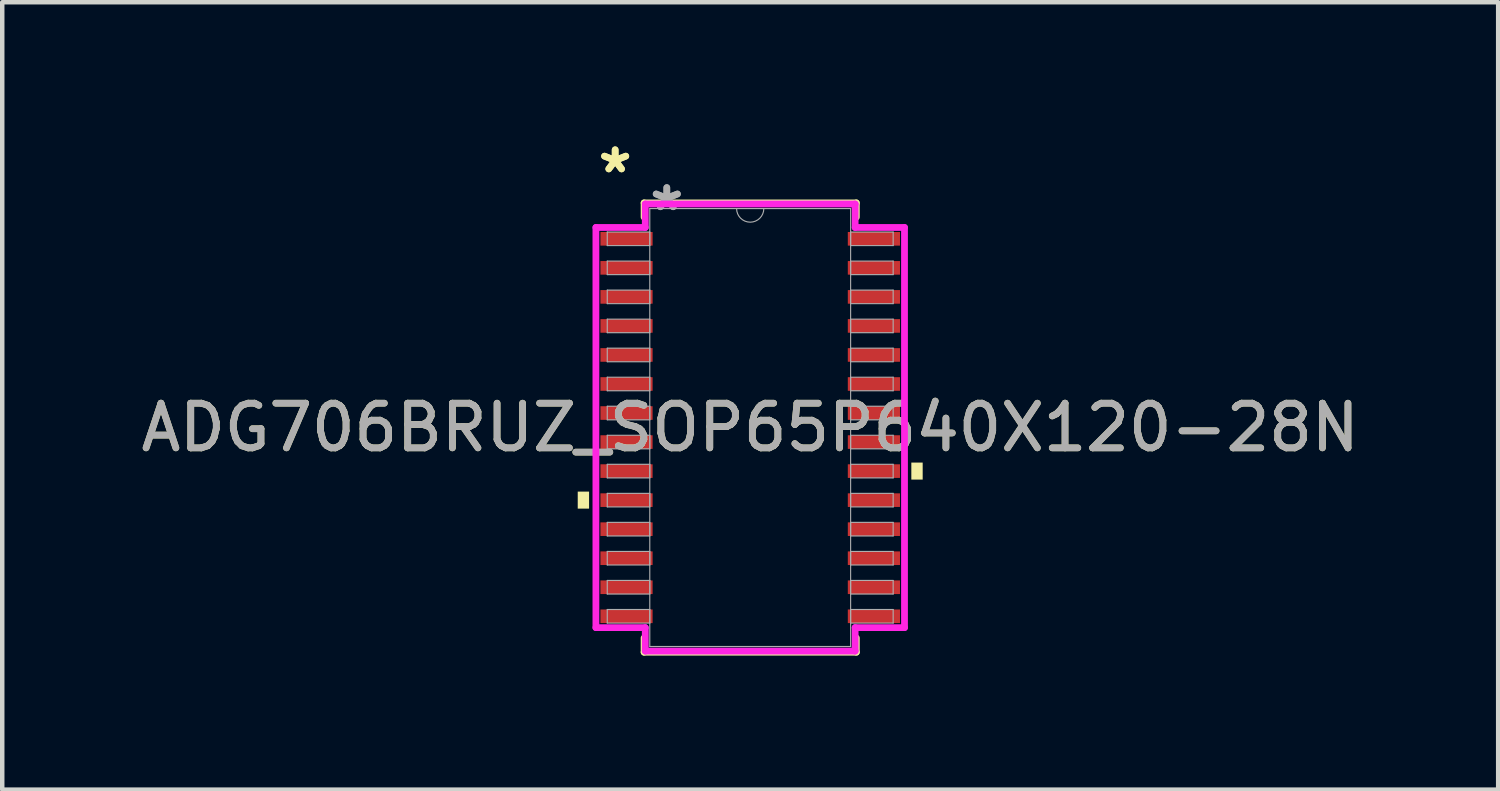
<source format=kicad_pcb>
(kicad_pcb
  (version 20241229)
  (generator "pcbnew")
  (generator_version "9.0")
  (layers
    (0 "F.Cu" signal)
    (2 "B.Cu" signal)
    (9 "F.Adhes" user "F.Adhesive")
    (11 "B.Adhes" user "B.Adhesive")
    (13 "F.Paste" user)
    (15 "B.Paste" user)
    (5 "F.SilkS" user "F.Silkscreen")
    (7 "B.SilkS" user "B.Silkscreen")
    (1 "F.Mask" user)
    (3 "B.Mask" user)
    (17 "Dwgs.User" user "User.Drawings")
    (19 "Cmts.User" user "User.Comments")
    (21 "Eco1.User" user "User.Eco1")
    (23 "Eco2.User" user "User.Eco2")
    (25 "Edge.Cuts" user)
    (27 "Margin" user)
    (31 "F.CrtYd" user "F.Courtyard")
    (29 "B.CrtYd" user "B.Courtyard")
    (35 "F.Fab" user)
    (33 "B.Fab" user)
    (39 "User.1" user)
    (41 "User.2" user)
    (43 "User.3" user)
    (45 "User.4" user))
  (footprint "ADG706BRUZ_SOP65P640X120-28N"
    (layer "F.Cu")
    (at 13.744 6.521)
    (property "Reference" "ADG706BRUZ_SOP65P640X120-28N" (at 0 0 0) (unlocked yes) (layer "F.SilkS") (effects (font (size 1 1) (thickness 0.15))))
    (attr smd)
    (fp_line (start -2.375 -5.029) (end -2.375 -4.71) (stroke (width 0.152) (type solid)) (layer "F.SilkS"))
    (fp_line (start -2.375 4.71) (end -2.375 5.029) (stroke (width 0.152) (type solid)) (layer "F.SilkS"))
    (fp_line (start -2.375 5.029) (end 2.375 5.029) (stroke (width 0.152) (type solid)) (layer "F.SilkS"))
    (fp_line (start 2.375 -5.029) (end -2.375 -5.029) (stroke (width 0.152) (type solid)) (layer "F.SilkS"))
    (fp_line (start 2.375 -4.71) (end 2.375 -5.029) (stroke (width 0.152) (type solid)) (layer "F.SilkS"))
    (fp_line (start 2.375 5.029) (end 2.375 4.71) (stroke (width 0.152) (type solid)) (layer "F.SilkS"))
    (fp_poly (pts (xy -3.861 1.434) (xy -3.861 1.815) (xy -3.607 1.815) (xy -3.607 1.434)) (stroke (width 0) (type solid)) (fill yes) (layer "F.SilkS"))
    (fp_poly (pts (xy 3.861 0.784) (xy 3.861 1.165) (xy 3.607 1.165) (xy 3.607 0.784)) (stroke (width 0) (type solid)) (fill yes) (layer "F.SilkS"))
    (fp_line (start -3.454 -4.479) (end -2.349 -4.479) (stroke (width 0.152) (type solid)) (layer "F.CrtYd"))
    (fp_line (start -3.454 4.479) (end -3.454 -4.479) (stroke (width 0.152) (type solid)) (layer "F.CrtYd"))
    (fp_line (start -3.454 4.479) (end -2.349 4.479) (stroke (width 0.152) (type solid)) (layer "F.CrtYd"))
    (fp_line (start -2.349 -5.004) (end 2.349 -5.004) (stroke (width 0.152) (type solid)) (layer "F.CrtYd"))
    (fp_line (start -2.349 -4.479) (end -2.349 -5.004) (stroke (width 0.152) (type solid)) (layer "F.CrtYd"))
    (fp_line (start -2.349 5.004) (end -2.349 4.479) (stroke (width 0.152) (type solid)) (layer "F.CrtYd"))
    (fp_line (start 2.349 -5.004) (end 2.349 -4.479) (stroke (width 0.152) (type solid)) (layer "F.CrtYd"))
    (fp_line (start 2.349 4.479) (end 2.349 5.004) (stroke (width 0.152) (type solid)) (layer "F.CrtYd"))
    (fp_line (start 2.349 5.004) (end -2.349 5.004) (stroke (width 0.152) (type solid)) (layer "F.CrtYd"))
    (fp_line (start 3.454 -4.479) (end 2.349 -4.479) (stroke (width 0.152) (type solid)) (layer "F.CrtYd"))
    (fp_line (start 3.454 -4.479) (end 3.454 4.479) (stroke (width 0.152) (type solid)) (layer "F.CrtYd"))
    (fp_line (start 3.454 4.479) (end 2.349 4.479) (stroke (width 0.152) (type solid)) (layer "F.CrtYd"))
    (fp_line (start -3.2 -4.377) (end -3.2 -4.073) (stroke (width 0.025) (type solid)) (layer "F.Fab"))
    (fp_line (start -3.2 -4.073) (end -2.248 -4.073) (stroke (width 0.025) (type solid)) (layer "F.Fab"))
    (fp_line (start -3.2 -3.727) (end -3.2 -3.423) (stroke (width 0.025) (type solid)) (layer "F.Fab"))
    (fp_line (start -3.2 -3.423) (end -2.248 -3.423) (stroke (width 0.025) (type solid)) (layer "F.Fab"))
    (fp_line (start -3.2 -3.077) (end -3.2 -2.773) (stroke (width 0.025) (type solid)) (layer "F.Fab"))
    (fp_line (start -3.2 -2.773) (end -2.248 -2.773) (stroke (width 0.025) (type solid)) (layer "F.Fab"))
    (fp_line (start -3.2 -2.427) (end -3.2 -2.123) (stroke (width 0.025) (type solid)) (layer "F.Fab"))
    (fp_line (start -3.2 -2.123) (end -2.248 -2.123) (stroke (width 0.025) (type solid)) (layer "F.Fab"))
    (fp_line (start -3.2 -1.777) (end -3.2 -1.473) (stroke (width 0.025) (type solid)) (layer "F.Fab"))
    (fp_line (start -3.2 -1.473) (end -2.248 -1.473) (stroke (width 0.025) (type solid)) (layer "F.Fab"))
    (fp_line (start -3.2 -1.127) (end -3.2 -0.823) (stroke (width 0.025) (type solid)) (layer "F.Fab"))
    (fp_line (start -3.2 -0.823) (end -2.248 -0.823) (stroke (width 0.025) (type solid)) (layer "F.Fab"))
    (fp_line (start -3.2 -0.477) (end -3.2 -0.173) (stroke (width 0.025) (type solid)) (layer "F.Fab"))
    (fp_line (start -3.2 -0.173) (end -2.248 -0.173) (stroke (width 0.025) (type solid)) (layer "F.Fab"))
    (fp_line (start -3.2 0.173) (end -3.2 0.477) (stroke (width 0.025) (type solid)) (layer "F.Fab"))
    (fp_line (start -3.2 0.477) (end -2.248 0.477) (stroke (width 0.025) (type solid)) (layer "F.Fab"))
    (fp_line (start -3.2 0.823) (end -3.2 1.127) (stroke (width 0.025) (type solid)) (layer "F.Fab"))
    (fp_line (start -3.2 1.127) (end -2.248 1.127) (stroke (width 0.025) (type solid)) (layer "F.Fab"))
    (fp_line (start -3.2 1.473) (end -3.2 1.777) (stroke (width 0.025) (type solid)) (layer "F.Fab"))
    (fp_line (start -3.2 1.777) (end -2.248 1.777) (stroke (width 0.025) (type solid)) (layer "F.Fab"))
    (fp_line (start -3.2 2.123) (end -3.2 2.427) (stroke (width 0.025) (type solid)) (layer "F.Fab"))
    (fp_line (start -3.2 2.427) (end -2.248 2.427) (stroke (width 0.025) (type solid)) (layer "F.Fab"))
    (fp_line (start -3.2 2.773) (end -3.2 3.077) (stroke (width 0.025) (type solid)) (layer "F.Fab"))
    (fp_line (start -3.2 3.077) (end -2.248 3.077) (stroke (width 0.025) (type solid)) (layer "F.Fab"))
    (fp_line (start -3.2 3.423) (end -3.2 3.727) (stroke (width 0.025) (type solid)) (layer "F.Fab"))
    (fp_line (start -3.2 3.727) (end -2.248 3.727) (stroke (width 0.025) (type solid)) (layer "F.Fab"))
    (fp_line (start -3.2 4.073) (end -3.2 4.377) (stroke (width 0.025) (type solid)) (layer "F.Fab"))
    (fp_line (start -3.2 4.377) (end -2.248 4.377) (stroke (width 0.025) (type solid)) (layer "F.Fab"))
    (fp_line (start -2.248 -4.902) (end -2.248 4.902) (stroke (width 0.025) (type solid)) (layer "F.Fab"))
    (fp_line (start -2.248 -4.377) (end -3.2 -4.377) (stroke (width 0.025) (type solid)) (layer "F.Fab"))
    (fp_line (start -2.248 -4.073) (end -2.248 -4.377) (stroke (width 0.025) (type solid)) (layer "F.Fab"))
    (fp_line (start -2.248 -3.727) (end -3.2 -3.727) (stroke (width 0.025) (type solid)) (layer "F.Fab"))
    (fp_line (start -2.248 -3.423) (end -2.248 -3.727) (stroke (width 0.025) (type solid)) (layer "F.Fab"))
    (fp_line (start -2.248 -3.077) (end -3.2 -3.077) (stroke (width 0.025) (type solid)) (layer "F.Fab"))
    (fp_line (start -2.248 -2.773) (end -2.248 -3.077) (stroke (width 0.025) (type solid)) (layer "F.Fab"))
    (fp_line (start -2.248 -2.427) (end -3.2 -2.427) (stroke (width 0.025) (type solid)) (layer "F.Fab"))
    (fp_line (start -2.248 -2.123) (end -2.248 -2.427) (stroke (width 0.025) (type solid)) (layer "F.Fab"))
    (fp_line (start -2.248 -1.777) (end -3.2 -1.777) (stroke (width 0.025) (type solid)) (layer "F.Fab"))
    (fp_line (start -2.248 -1.473) (end -2.248 -1.777) (stroke (width 0.025) (type solid)) (layer "F.Fab"))
    (fp_line (start -2.248 -1.127) (end -3.2 -1.127) (stroke (width 0.025) (type solid)) (layer "F.Fab"))
    (fp_line (start -2.248 -0.823) (end -2.248 -1.127) (stroke (width 0.025) (type solid)) (layer "F.Fab"))
    (fp_line (start -2.248 -0.477) (end -3.2 -0.477) (stroke (width 0.025) (type solid)) (layer "F.Fab"))
    (fp_line (start -2.248 -0.173) (end -2.248 -0.477) (stroke (width 0.025) (type solid)) (layer "F.Fab"))
    (fp_line (start -2.248 0.173) (end -3.2 0.173) (stroke (width 0.025) (type solid)) (layer "F.Fab"))
    (fp_line (start -2.248 0.477) (end -2.248 0.173) (stroke (width 0.025) (type solid)) (layer "F.Fab"))
    (fp_line (start -2.248 0.823) (end -3.2 0.823) (stroke (width 0.025) (type solid)) (layer "F.Fab"))
    (fp_line (start -2.248 1.127) (end -2.248 0.823) (stroke (width 0.025) (type solid)) (layer "F.Fab"))
    (fp_line (start -2.248 1.473) (end -3.2 1.473) (stroke (width 0.025) (type solid)) (layer "F.Fab"))
    (fp_line (start -2.248 1.777) (end -2.248 1.473) (stroke (width 0.025) (type solid)) (layer "F.Fab"))
    (fp_line (start -2.248 2.123) (end -3.2 2.123) (stroke (width 0.025) (type solid)) (layer "F.Fab"))
    (fp_line (start -2.248 2.427) (end -2.248 2.123) (stroke (width 0.025) (type solid)) (layer "F.Fab"))
    (fp_line (start -2.248 2.773) (end -3.2 2.773) (stroke (width 0.025) (type solid)) (layer "F.Fab"))
    (fp_line (start -2.248 3.077) (end -2.248 2.773) (stroke (width 0.025) (type solid)) (layer "F.Fab"))
    (fp_line (start -2.248 3.423) (end -3.2 3.423) (stroke (width 0.025) (type solid)) (layer "F.Fab"))
    (fp_line (start -2.248 3.727) (end -2.248 3.423) (stroke (width 0.025) (type solid)) (layer "F.Fab"))
    (fp_line (start -2.248 4.073) (end -3.2 4.073) (stroke (width 0.025) (type solid)) (layer "F.Fab"))
    (fp_line (start -2.248 4.377) (end -2.248 4.073) (stroke (width 0.025) (type solid)) (layer "F.Fab"))
    (fp_line (start -2.248 4.902) (end 2.248 4.902) (stroke (width 0.025) (type solid)) (layer "F.Fab"))
    (fp_line (start 2.248 -4.902) (end -2.248 -4.902) (stroke (width 0.025) (type solid)) (layer "F.Fab"))
    (fp_line (start 2.248 -4.377) (end 2.248 -4.073) (stroke (width 0.025) (type solid)) (layer "F.Fab"))
    (fp_line (start 2.248 -4.073) (end 3.2 -4.073) (stroke (width 0.025) (type solid)) (layer "F.Fab"))
    (fp_line (start 2.248 -3.727) (end 2.248 -3.423) (stroke (width 0.025) (type solid)) (layer "F.Fab"))
    (fp_line (start 2.248 -3.423) (end 3.2 -3.423) (stroke (width 0.025) (type solid)) (layer "F.Fab"))
    (fp_line (start 2.248 -3.077) (end 2.248 -2.773) (stroke (width 0.025) (type solid)) (layer "F.Fab"))
    (fp_line (start 2.248 -2.773) (end 3.2 -2.773) (stroke (width 0.025) (type solid)) (layer "F.Fab"))
    (fp_line (start 2.248 -2.427) (end 2.248 -2.123) (stroke (width 0.025) (type solid)) (layer "F.Fab"))
    (fp_line (start 2.248 -2.123) (end 3.2 -2.123) (stroke (width 0.025) (type solid)) (layer "F.Fab"))
    (fp_line (start 2.248 -1.777) (end 2.248 -1.473) (stroke (width 0.025) (type solid)) (layer "F.Fab"))
    (fp_line (start 2.248 -1.473) (end 3.2 -1.473) (stroke (width 0.025) (type solid)) (layer "F.Fab"))
    (fp_line (start 2.248 -1.127) (end 2.248 -0.823) (stroke (width 0.025) (type solid)) (layer "F.Fab"))
    (fp_line (start 2.248 -0.823) (end 3.2 -0.823) (stroke (width 0.025) (type solid)) (layer "F.Fab"))
    (fp_line (start 2.248 -0.477) (end 2.248 -0.173) (stroke (width 0.025) (type solid)) (layer "F.Fab"))
    (fp_line (start 2.248 -0.173) (end 3.2 -0.173) (stroke (width 0.025) (type solid)) (layer "F.Fab"))
    (fp_line (start 2.248 0.173) (end 2.248 0.477) (stroke (width 0.025) (type solid)) (layer "F.Fab"))
    (fp_line (start 2.248 0.477) (end 3.2 0.477) (stroke (width 0.025) (type solid)) (layer "F.Fab"))
    (fp_line (start 2.248 0.823) (end 2.248 1.127) (stroke (width 0.025) (type solid)) (layer "F.Fab"))
    (fp_line (start 2.248 1.127) (end 3.2 1.127) (stroke (width 0.025) (type solid)) (layer "F.Fab"))
    (fp_line (start 2.248 1.473) (end 2.248 1.777) (stroke (width 0.025) (type solid)) (layer "F.Fab"))
    (fp_line (start 2.248 1.777) (end 3.2 1.777) (stroke (width 0.025) (type solid)) (layer "F.Fab"))
    (fp_line (start 2.248 2.123) (end 2.248 2.427) (stroke (width 0.025) (type solid)) (layer "F.Fab"))
    (fp_line (start 2.248 2.427) (end 3.2 2.427) (stroke (width 0.025) (type solid)) (layer "F.Fab"))
    (fp_line (start 2.248 2.773) (end 2.248 3.077) (stroke (width 0.025) (type solid)) (layer "F.Fab"))
    (fp_line (start 2.248 3.077) (end 3.2 3.077) (stroke (width 0.025) (type solid)) (layer "F.Fab"))
    (fp_line (start 2.248 3.423) (end 2.248 3.727) (stroke (width 0.025) (type solid)) (layer "F.Fab"))
    (fp_line (start 2.248 3.727) (end 3.2 3.727) (stroke (width 0.025) (type solid)) (layer "F.Fab"))
    (fp_line (start 2.248 4.073) (end 2.248 4.377) (stroke (width 0.025) (type solid)) (layer "F.Fab"))
    (fp_line (start 2.248 4.377) (end 3.2 4.377) (stroke (width 0.025) (type solid)) (layer "F.Fab"))
    (fp_line (start 2.248 4.902) (end 2.248 -4.902) (stroke (width 0.025) (type solid)) (layer "F.Fab"))
    (fp_line (start 3.2 -4.377) (end 2.248 -4.377) (stroke (width 0.025) (type solid)) (layer "F.Fab"))
    (fp_line (start 3.2 -4.073) (end 3.2 -4.377) (stroke (width 0.025) (type solid)) (layer "F.Fab"))
    (fp_line (start 3.2 -3.727) (end 2.248 -3.727) (stroke (width 0.025) (type solid)) (layer "F.Fab"))
    (fp_line (start 3.2 -3.423) (end 3.2 -3.727) (stroke (width 0.025) (type solid)) (layer "F.Fab"))
    (fp_line (start 3.2 -3.077) (end 2.248 -3.077) (stroke (width 0.025) (type solid)) (layer "F.Fab"))
    (fp_line (start 3.2 -2.773) (end 3.2 -3.077) (stroke (width 0.025) (type solid)) (layer "F.Fab"))
    (fp_line (start 3.2 -2.427) (end 2.248 -2.427) (stroke (width 0.025) (type solid)) (layer "F.Fab"))
    (fp_line (start 3.2 -2.123) (end 3.2 -2.427) (stroke (width 0.025) (type solid)) (layer "F.Fab"))
    (fp_line (start 3.2 -1.777) (end 2.248 -1.777) (stroke (width 0.025) (type solid)) (layer "F.Fab"))
    (fp_line (start 3.2 -1.473) (end 3.2 -1.777) (stroke (width 0.025) (type solid)) (layer "F.Fab"))
    (fp_line (start 3.2 -1.127) (end 2.248 -1.127) (stroke (width 0.025) (type solid)) (layer "F.Fab"))
    (fp_line (start 3.2 -0.823) (end 3.2 -1.127) (stroke (width 0.025) (type solid)) (layer "F.Fab"))
    (fp_line (start 3.2 -0.477) (end 2.248 -0.477) (stroke (width 0.025) (type solid)) (layer "F.Fab"))
    (fp_line (start 3.2 -0.173) (end 3.2 -0.477) (stroke (width 0.025) (type solid)) (layer "F.Fab"))
    (fp_line (start 3.2 0.173) (end 2.248 0.173) (stroke (width 0.025) (type solid)) (layer "F.Fab"))
    (fp_line (start 3.2 0.477) (end 3.2 0.173) (stroke (width 0.025) (type solid)) (layer "F.Fab"))
    (fp_line (start 3.2 0.823) (end 2.248 0.823) (stroke (width 0.025) (type solid)) (layer "F.Fab"))
    (fp_line (start 3.2 1.127) (end 3.2 0.823) (stroke (width 0.025) (type solid)) (layer "F.Fab"))
    (fp_line (start 3.2 1.473) (end 2.248 1.473) (stroke (width 0.025) (type solid)) (layer "F.Fab"))
    (fp_line (start 3.2 1.777) (end 3.2 1.473) (stroke (width 0.025) (type solid)) (layer "F.Fab"))
    (fp_line (start 3.2 2.123) (end 2.248 2.123) (stroke (width 0.025) (type solid)) (layer "F.Fab"))
    (fp_line (start 3.2 2.427) (end 3.2 2.123) (stroke (width 0.025) (type solid)) (layer "F.Fab"))
    (fp_line (start 3.2 2.773) (end 2.248 2.773) (stroke (width 0.025) (type solid)) (layer "F.Fab"))
    (fp_line (start 3.2 3.077) (end 3.2 2.773) (stroke (width 0.025) (type solid)) (layer "F.Fab"))
    (fp_line (start 3.2 3.423) (end 2.248 3.423) (stroke (width 0.025) (type solid)) (layer "F.Fab"))
    (fp_line (start 3.2 3.727) (end 3.2 3.423) (stroke (width 0.025) (type solid)) (layer "F.Fab"))
    (fp_line (start 3.2 4.073) (end 2.248 4.073) (stroke (width 0.025) (type solid)) (layer "F.Fab"))
    (fp_line (start 3.2 4.377) (end 3.2 4.073) (stroke (width 0.025) (type solid)) (layer "F.Fab"))
    (fp_arc (start 0.3048 -4.9022) (mid 0 -4.5974) (end -0.3048 -4.9022) (stroke (width 0.0254) (type solid)) (layer "F.Fab"))
    (fp_text user "*" (at -3.023 -5.673 0) (layer "F.SilkS") (effects (font (size 1 1) (thickness 0.15))))
    (fp_text user "*" (at -3.023 -5.673 0) (unlocked yes) (layer "F.SilkS") (effects (font (size 1 1) (thickness 0.15))))
    (fp_text user "*" (at -1.867 -4.826 0) (layer "F.Fab") (effects (font (size 1 1) (thickness 0.15))))
    (fp_text user "*" (at -1.867 -4.826 0) (unlocked yes) (layer "F.Fab") (effects (font (size 1 1) (thickness 0.15))))
    (fp_text user "${REFERENCE}" (at 0 0 0) (unlocked yes) (layer "F.Fab") (effects (font (size 1 1) (thickness 0.15))))
    (pad "1" smd rect (at -2.769 -4.225) (size 1.168 0.305) (layers "F.Cu" "F.Mask" "F.Paste"))
    (pad "2" smd rect (at -2.769 -3.575) (size 1.168 0.305) (layers "F.Cu" "F.Mask" "F.Paste"))
    (pad "3" smd rect (at -2.769 -2.925) (size 1.168 0.305) (layers "F.Cu" "F.Mask" "F.Paste"))
    (pad "4" smd rect (at -2.769 -2.275) (size 1.168 0.305) (layers "F.Cu" "F.Mask" "F.Paste"))
    (pad "5" smd rect (at -2.769 -1.625) (size 1.168 0.305) (layers "F.Cu" "F.Mask" "F.Paste"))
    (pad "6" smd rect (at -2.769 -0.975) (size 1.168 0.305) (layers "F.Cu" "F.Mask" "F.Paste"))
    (pad "7" smd rect (at -2.769 -0.325) (size 1.168 0.305) (layers "F.Cu" "F.Mask" "F.Paste"))
    (pad "8" smd rect (at -2.769 0.325) (size 1.168 0.305) (layers "F.Cu" "F.Mask" "F.Paste"))
    (pad "9" smd rect (at -2.769 0.975) (size 1.168 0.305) (layers "F.Cu" "F.Mask" "F.Paste"))
    (pad "10" smd rect (at -2.769 1.625) (size 1.168 0.305) (layers "F.Cu" "F.Mask" "F.Paste"))
    (pad "11" smd rect (at -2.769 2.275) (size 1.168 0.305) (layers "F.Cu" "F.Mask" "F.Paste"))
    (pad "12" smd rect (at -2.769 2.925) (size 1.168 0.305) (layers "F.Cu" "F.Mask" "F.Paste"))
    (pad "13" smd rect (at -2.769 3.575) (size 1.168 0.305) (layers "F.Cu" "F.Mask" "F.Paste"))
    (pad "14" smd rect (at -2.769 4.225) (size 1.168 0.305) (layers "F.Cu" "F.Mask" "F.Paste"))
    (pad "15" smd rect (at 2.769 4.225) (size 1.168 0.305) (layers "F.Cu" "F.Mask" "F.Paste"))
    (pad "16" smd rect (at 2.769 3.575) (size 1.168 0.305) (layers "F.Cu" "F.Mask" "F.Paste"))
    (pad "17" smd rect (at 2.769 2.925) (size 1.168 0.305) (layers "F.Cu" "F.Mask" "F.Paste"))
    (pad "18" smd rect (at 2.769 2.275) (size 1.168 0.305) (layers "F.Cu" "F.Mask" "F.Paste"))
    (pad "19" smd rect (at 2.769 1.625) (size 1.168 0.305) (layers "F.Cu" "F.Mask" "F.Paste"))
    (pad "20" smd rect (at 2.769 0.975) (size 1.168 0.305) (layers "F.Cu" "F.Mask" "F.Paste"))
    (pad "21" smd rect (at 2.769 0.325) (size 1.168 0.305) (layers "F.Cu" "F.Mask" "F.Paste"))
    (pad "22" smd rect (at 2.769 -0.325) (size 1.168 0.305) (layers "F.Cu" "F.Mask" "F.Paste"))
    (pad "23" smd rect (at 2.769 -0.975) (size 1.168 0.305) (layers "F.Cu" "F.Mask" "F.Paste"))
    (pad "24" smd rect (at 2.769 -1.625) (size 1.168 0.305) (layers "F.Cu" "F.Mask" "F.Paste"))
    (pad "25" smd rect (at 2.769 -2.275) (size 1.168 0.305) (layers "F.Cu" "F.Mask" "F.Paste"))
    (pad "26" smd rect (at 2.769 -2.925) (size 1.168 0.305) (layers "F.Cu" "F.Mask" "F.Paste"))
    (pad "27" smd rect (at 2.769 -3.575) (size 1.168 0.305) (layers "F.Cu" "F.Mask" "F.Paste"))
    (pad "28" smd rect (at 2.769 -4.225) (size 1.168 0.305) (layers "F.Cu" "F.Mask" "F.Paste")))
  (gr_rect
    (start -3 -3)
    (end 30.488 14.626)
    (stroke (width 0.1) (type default))
    (fill no)
    (layer "Edge.Cuts")))
</source>
